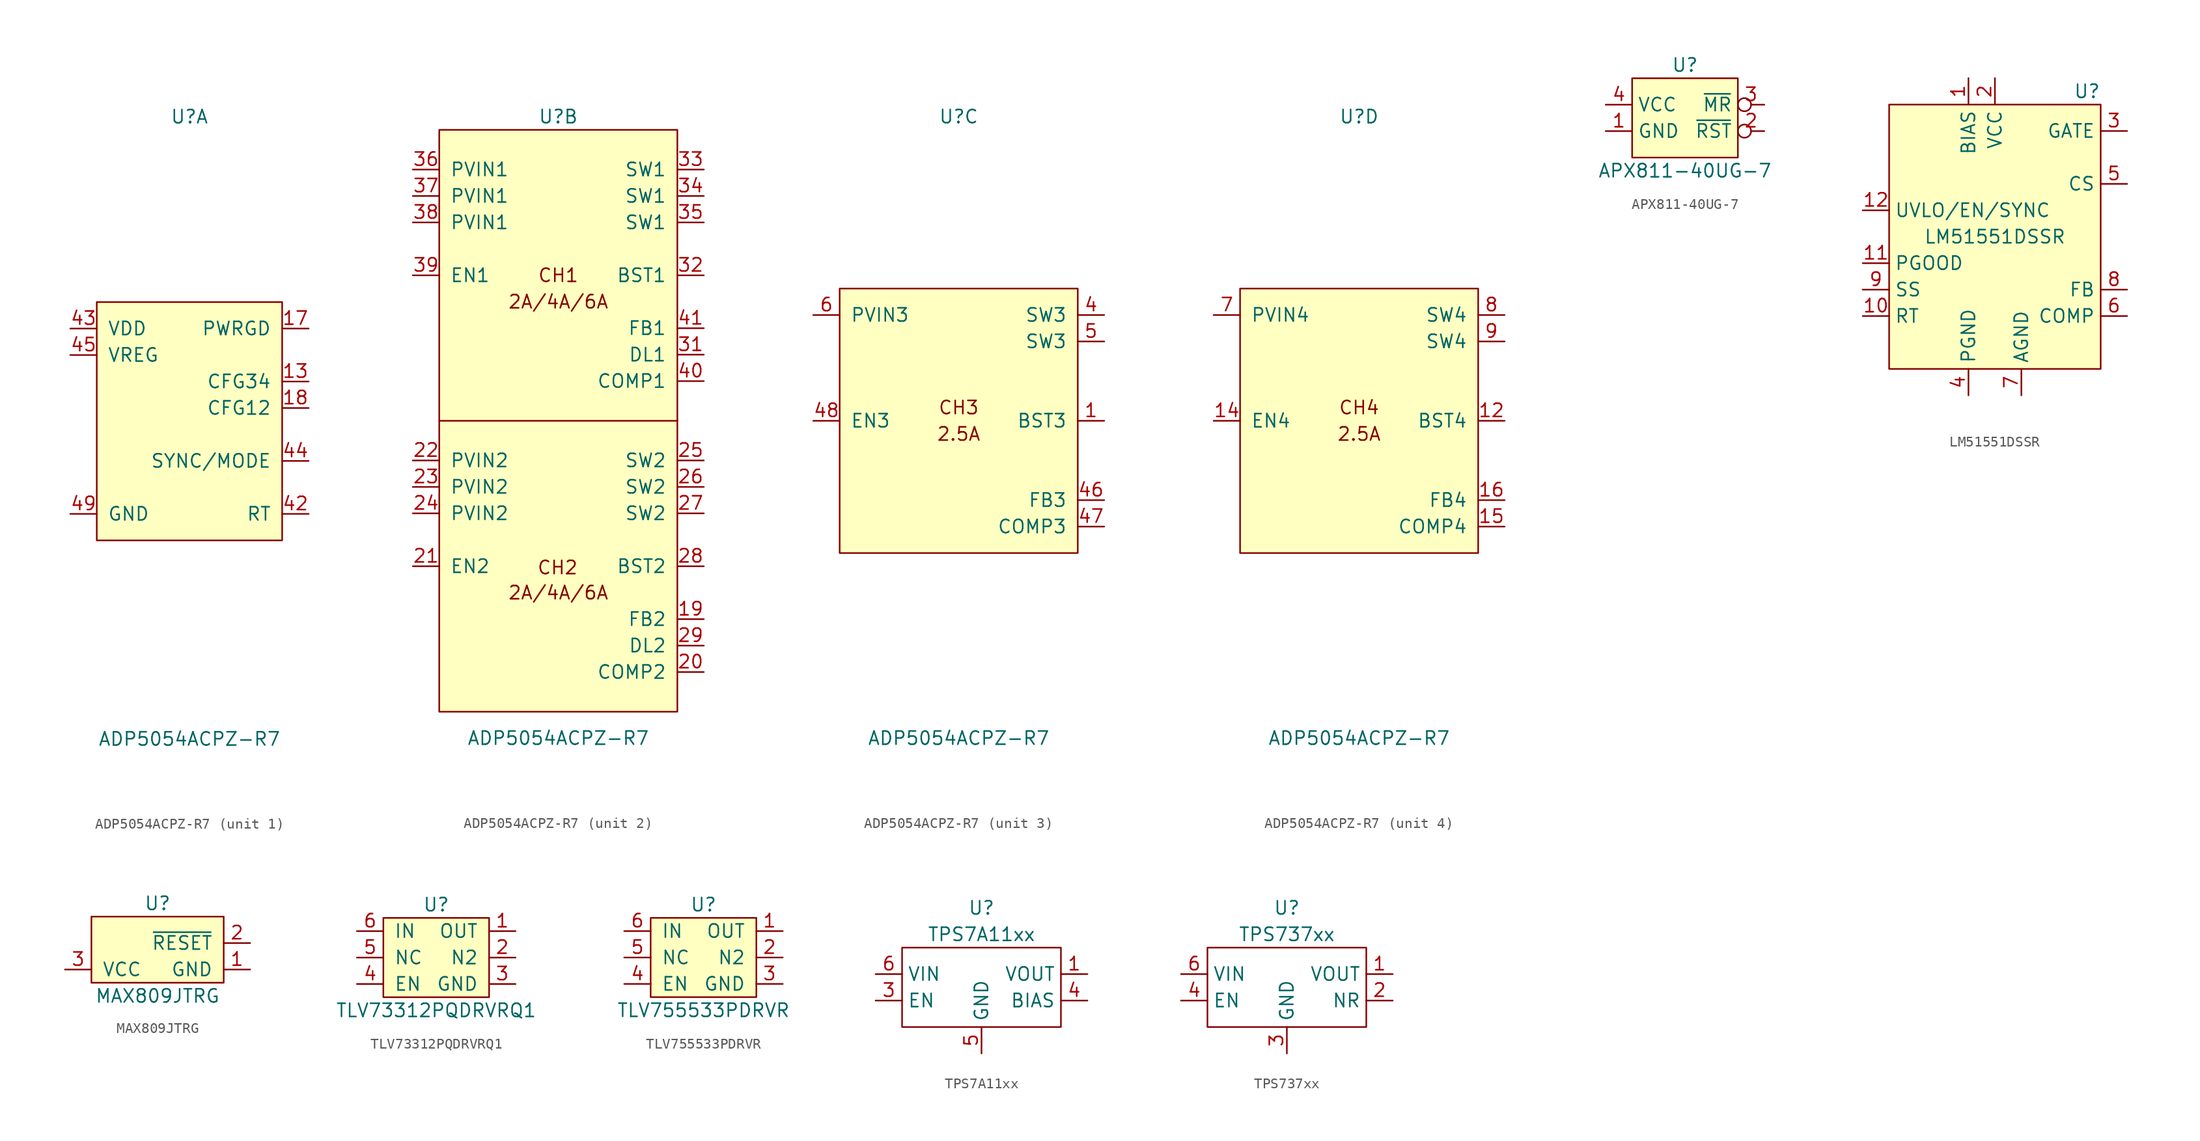
<source format=kicad_sym>
(kicad_symbol_lib
  (version 20220914)
  (generator kicad_symbol_editor)
  (symbol "ADP5054ACPZ-R7"
    (pin_names
      (offset 1.016))
    (property "Reference" "U"
      (at 0 29.21 0)
      (effects (font (size 1.27 1.27))))
    (property "Value" "ADP5054ACPZ-R7"
      (at 0 -30.48 0)
      (effects (font (size 1.27 1.27))))
    (property "ki_locked" ""
      (at 0 0 0)
      (effects (font (size 1.27 1.27))))
    (symbol "ADP5054ACPZ-R7_1_1"
      (rectangle (start -8.89 11.43) (end 8.89 -11.43) (stroke (width 0) (type default)) (fill (type background)))
      (pin passive line (at -11.43 -8.89 0) (length 2.54) hide (name "GND" (effects (font (size 1.27 1.27)))) (number "10" (effects (font (size 1.27 1.27)))))
      (pin passive line (at -11.43 -8.89 0) (length 2.54) hide (name "GND" (effects (font (size 1.27 1.27)))) (number "11" (effects (font (size 1.27 1.27)))))
      (pin passive line (at 11.43 3.81 180) (length 2.54) (name "CFG34" (effects (font (size 1.27 1.27)))) (number "13" (effects (font (size 1.27 1.27)))))
      (pin open_collector line (at 11.43 8.89 180) (length 2.54) (name "PWRGD" (effects (font (size 1.27 1.27)))) (number "17" (effects (font (size 1.27 1.27)))))
      (pin passive line (at 11.43 1.27 180) (length 2.54) (name "CFG12" (effects (font (size 1.27 1.27)))) (number "18" (effects (font (size 1.27 1.27)))))
      (pin passive line (at -11.43 -8.89 0) (length 2.54) hide (name "GND" (effects (font (size 1.27 1.27)))) (number "2" (effects (font (size 1.27 1.27)))))
      (pin passive line (at -11.43 -8.89 0) (length 2.54) hide (name "GND" (effects (font (size 1.27 1.27)))) (number "3" (effects (font (size 1.27 1.27)))))
      (pin passive line (at -11.43 -8.89 0) (length 2.54) hide (name "GND" (effects (font (size 1.27 1.27)))) (number "30" (effects (font (size 1.27 1.27)))))
      (pin input line (at 11.43 -8.89 180) (length 2.54) (name "RT" (effects (font (size 1.27 1.27)))) (number "42" (effects (font (size 1.27 1.27)))))
      (pin power_out line (at -11.43 8.89 0) (length 2.54) (name "VDD" (effects (font (size 1.27 1.27)))) (number "43" (effects (font (size 1.27 1.27)))))
      (pin bidirectional line (at 11.43 -3.81 180) (length 2.54) (name "SYNC/MODE" (effects (font (size 1.27 1.27)))) (number "44" (effects (font (size 1.27 1.27)))))
      (pin power_out line (at -11.43 6.35 0) (length 2.54) (name "VREG" (effects (font (size 1.27 1.27)))) (number "45" (effects (font (size 1.27 1.27)))))
      (pin power_in line (at -11.43 -8.89 0) (length 2.54) (name "GND" (effects (font (size 1.27 1.27)))) (number "49" (effects (font (size 1.27 1.27))))))
    (symbol "ADP5054ACPZ-R7_2_1"
      (rectangle (start -11.43 27.94) (end 11.43 -27.94) (stroke (width 0) (type default)) (fill (type background)))
      (polyline (pts (xy 11.43 0) (xy -11.43 0)) (stroke (width 0) (type default)) (fill (type none)))
      (text "2A/4A/6A" (at 0 -16.51 0) (effects (font (size 1.27 1.27))))
      (text "2A/4A/6A" (at 0 11.43 0) (effects (font (size 1.27 1.27))))
      (text "CH1" (at 0 13.97 0) (effects (font (size 1.27 1.27))))
      (text "CH2" (at -0.067 -14.094 0) (effects (font (size 1.27 1.27))))
      (pin passive line (at 13.97 -19.05 180) (length 2.54) (name "FB2" (effects (font (size 1.27 1.27)))) (number "19" (effects (font (size 1.27 1.27)))))
      (pin passive line (at 13.97 -24.13 180) (length 2.54) (name "COMP2" (effects (font (size 1.27 1.27)))) (number "20" (effects (font (size 1.27 1.27)))))
      (pin input line (at -13.97 -13.97 0) (length 2.54) (name "EN2" (effects (font (size 1.27 1.27)))) (number "21" (effects (font (size 1.27 1.27)))))
      (pin power_in line (at -13.97 -3.81 0) (length 2.54) (name "PVIN2" (effects (font (size 1.27 1.27)))) (number "22" (effects (font (size 1.27 1.27)))))
      (pin power_in line (at -13.97 -6.35 0) (length 2.54) (name "PVIN2" (effects (font (size 1.27 1.27)))) (number "23" (effects (font (size 1.27 1.27)))))
      (pin power_in line (at -13.97 -8.89 0) (length 2.54) (name "PVIN2" (effects (font (size 1.27 1.27)))) (number "24" (effects (font (size 1.27 1.27)))))
      (pin power_out line (at 13.97 -3.81 180) (length 2.54) (name "SW2" (effects (font (size 1.27 1.27)))) (number "25" (effects (font (size 1.27 1.27)))))
      (pin power_out line (at 13.97 -6.35 180) (length 2.54) (name "SW2" (effects (font (size 1.27 1.27)))) (number "26" (effects (font (size 1.27 1.27)))))
      (pin power_out line (at 13.97 -8.89 180) (length 2.54) (name "SW2" (effects (font (size 1.27 1.27)))) (number "27" (effects (font (size 1.27 1.27)))))
      (pin power_out line (at 13.97 -13.97 180) (length 2.54) (name "BST2" (effects (font (size 1.27 1.27)))) (number "28" (effects (font (size 1.27 1.27)))))
      (pin output line (at 13.97 -21.59 180) (length 2.54) (name "DL2" (effects (font (size 1.27 1.27)))) (number "29" (effects (font (size 1.27 1.27)))))
      (pin output line (at 13.97 6.35 180) (length 2.54) (name "DL1" (effects (font (size 1.27 1.27)))) (number "31" (effects (font (size 1.27 1.27)))))
      (pin power_out line (at 13.97 13.97 180) (length 2.54) (name "BST1" (effects (font (size 1.27 1.27)))) (number "32" (effects (font (size 1.27 1.27)))))
      (pin power_out line (at 13.97 24.13 180) (length 2.54) (name "SW1" (effects (font (size 1.27 1.27)))) (number "33" (effects (font (size 1.27 1.27)))))
      (pin power_out line (at 13.97 21.59 180) (length 2.54) (name "SW1" (effects (font (size 1.27 1.27)))) (number "34" (effects (font (size 1.27 1.27)))))
      (pin power_out line (at 13.97 19.05 180) (length 2.54) (name "SW1" (effects (font (size 1.27 1.27)))) (number "35" (effects (font (size 1.27 1.27)))))
      (pin power_in line (at -13.97 24.13 0) (length 2.54) (name "PVIN1" (effects (font (size 1.27 1.27)))) (number "36" (effects (font (size 1.27 1.27)))))
      (pin power_in line (at -13.97 21.59 0) (length 2.54) (name "PVIN1" (effects (font (size 1.27 1.27)))) (number "37" (effects (font (size 1.27 1.27)))))
      (pin power_in line (at -13.97 19.05 0) (length 2.54) (name "PVIN1" (effects (font (size 1.27 1.27)))) (number "38" (effects (font (size 1.27 1.27)))))
      (pin input line (at -13.97 13.97 0) (length 2.54) (name "EN1" (effects (font (size 1.27 1.27)))) (number "39" (effects (font (size 1.27 1.27)))))
      (pin passive line (at 13.97 3.81 180) (length 2.54) (name "COMP1" (effects (font (size 1.27 1.27)))) (number "40" (effects (font (size 1.27 1.27)))))
      (pin passive line (at 13.97 8.89 180) (length 2.54) (name "FB1" (effects (font (size 1.27 1.27)))) (number "41" (effects (font (size 1.27 1.27))))))
    (symbol "ADP5054ACPZ-R7_3_1"
      (rectangle (start -11.43 12.7) (end 11.43 -12.7) (stroke (width 0) (type default)) (fill (type background)))
      (text "2.5A" (at 0 -1.27 0) (effects (font (size 1.27 1.27))))
      (text "CH3" (at 0 1.27 0) (effects (font (size 1.27 1.27))))
      (pin power_out line (at 13.97 0 180) (length 2.54) (name "BST3" (effects (font (size 1.27 1.27)))) (number "1" (effects (font (size 1.27 1.27)))))
      (pin power_out line (at 13.97 10.16 180) (length 2.54) (name "SW3" (effects (font (size 1.27 1.27)))) (number "4" (effects (font (size 1.27 1.27)))))
      (pin passive line (at 13.97 -7.62 180) (length 2.54) (name "FB3" (effects (font (size 1.27 1.27)))) (number "46" (effects (font (size 1.27 1.27)))))
      (pin passive line (at 13.97 -10.16 180) (length 2.54) (name "COMP3" (effects (font (size 1.27 1.27)))) (number "47" (effects (font (size 1.27 1.27)))))
      (pin input line (at -13.97 0 0) (length 2.54) (name "EN3" (effects (font (size 1.27 1.27)))) (number "48" (effects (font (size 1.27 1.27)))))
      (pin power_out line (at 13.97 7.62 180) (length 2.54) (name "SW3" (effects (font (size 1.27 1.27)))) (number "5" (effects (font (size 1.27 1.27)))))
      (pin power_in line (at -13.97 10.16 0) (length 2.54) (name "PVIN3" (effects (font (size 1.27 1.27)))) (number "6" (effects (font (size 1.27 1.27))))))
    (symbol "ADP5054ACPZ-R7_4_1"
      (rectangle (start -11.43 12.7) (end 11.43 -12.7) (stroke (width 0) (type default)) (fill (type background)))
      (text "2.5A" (at 0 -1.27 0) (effects (font (size 1.27 1.27))))
      (text "CH4" (at 0 1.27 0) (effects (font (size 1.27 1.27))))
      (pin power_out line (at 13.97 0 180) (length 2.54) (name "BST4" (effects (font (size 1.27 1.27)))) (number "12" (effects (font (size 1.27 1.27)))))
      (pin input line (at -13.97 0 0) (length 2.54) (name "EN4" (effects (font (size 1.27 1.27)))) (number "14" (effects (font (size 1.27 1.27)))))
      (pin passive line (at 13.97 -10.16 180) (length 2.54) (name "COMP4" (effects (font (size 1.27 1.27)))) (number "15" (effects (font (size 1.27 1.27)))))
      (pin passive line (at 13.97 -7.62 180) (length 2.54) (name "FB4" (effects (font (size 1.27 1.27)))) (number "16" (effects (font (size 1.27 1.27)))))
      (pin power_in line (at -13.97 10.16 0) (length 2.54) (name "PVIN4" (effects (font (size 1.27 1.27)))) (number "7" (effects (font (size 1.27 1.27)))))
      (pin power_out line (at 13.97 10.16 180) (length 2.54) (name "SW4" (effects (font (size 1.27 1.27)))) (number "8" (effects (font (size 1.27 1.27)))))
      (pin power_out line (at 13.97 7.62 180) (length 2.54) (name "SW4" (effects (font (size 1.27 1.27)))) (number "9" (effects (font (size 1.27 1.27)))))))
  (symbol "APX811-40UG-7"
    (property "Reference" "U"
      (at 0 5.08 0)
      (effects (font (size 1.27 1.27))))
    (property "Value" "APX811-40UG-7"
      (at 0 -5.08 0)
      (effects (font (size 1.27 1.27))))
    (symbol "APX811-40UG-7_0_1"
      (rectangle (start -5.08 3.81) (end 5.08 -3.81) (stroke (width 0.152) (type default)) (fill (type background))))
    (symbol "APX811-40UG-7_1_1"
      (pin passive line (at -7.62 -1.27 0) (length 2.54) (name "GND" (effects (font (size 1.27 1.27)))) (number "1" (effects (font (size 1.27 1.27)))))
      (pin output inverted (at 7.62 -1.27 180) (length 2.54) (name "~{RST}" (effects (font (size 1.27 1.27)))) (number "2" (effects (font (size 1.27 1.27)))))
      (pin passive inverted (at 7.62 1.27 180) (length 2.54) (name "~{MR}" (effects (font (size 1.27 1.27)))) (number "3" (effects (font (size 1.27 1.27)))))
      (pin power_in line (at -7.62 1.27 0) (length 2.54) (name "VCC" (effects (font (size 1.27 1.27)))) (number "4" (effects (font (size 1.27 1.27)))))))
  (symbol "LM51551DSSR"
    (property "Reference" "U"
      (at 10.16 13.97 0)
      (effects (font (size 1.27 1.27)) (justify right)))
    (property "Value" "LM51551DSSR"
      (at 0 0 0)
      (effects (font (size 1.27 1.27))))
    (symbol "LM51551DSSR_1_1"
      (rectangle (start -10.16 12.7) (end 10.16 -12.7) (stroke (width 0) (type default)) (fill (type background)))
      (pin power_in line (at -2.54 15.24 270) (length 2.54) (name "BIAS" (effects (font (size 1.27 1.27)))) (number "1" (effects (font (size 1.27 1.27)))))
      (pin input line (at -12.7 -7.62 0) (length 2.54) (name "RT" (effects (font (size 1.27 1.27)))) (number "10" (effects (font (size 1.27 1.27)))))
      (pin open_collector line (at -12.7 -2.54 0) (length 2.54) (name "PGOOD" (effects (font (size 1.27 1.27)))) (number "11" (effects (font (size 1.27 1.27)))))
      (pin input line (at -12.7 2.54 0) (length 2.54) (name "UVLO/EN/SYNC" (effects (font (size 1.27 1.27)))) (number "12" (effects (font (size 1.27 1.27)))))
      (pin passive line (at 2.54 -15.24 90) (length 2.54) hide (name "AGND" (effects (font (size 1.27 1.27)))) (number "13" (effects (font (size 1.27 1.27)))))
      (pin power_out line (at 0 15.24 270) (length 2.54) (name "VCC" (effects (font (size 1.27 1.27)))) (number "2" (effects (font (size 1.27 1.27)))))
      (pin output line (at 12.7 10.16 180) (length 2.54) (name "GATE" (effects (font (size 1.27 1.27)))) (number "3" (effects (font (size 1.27 1.27)))))
      (pin power_in line (at -2.54 -15.24 90) (length 2.54) (name "PGND" (effects (font (size 1.27 1.27)))) (number "4" (effects (font (size 1.27 1.27)))))
      (pin input line (at 12.7 5.08 180) (length 2.54) (name "CS" (effects (font (size 1.27 1.27)))) (number "5" (effects (font (size 1.27 1.27)))))
      (pin passive line (at 12.7 -7.62 180) (length 2.54) (name "COMP" (effects (font (size 1.27 1.27)))) (number "6" (effects (font (size 1.27 1.27)))))
      (pin power_in line (at 2.54 -15.24 90) (length 2.54) (name "AGND" (effects (font (size 1.27 1.27)))) (number "7" (effects (font (size 1.27 1.27)))))
      (pin input line (at 12.7 -5.08 180) (length 2.54) (name "FB" (effects (font (size 1.27 1.27)))) (number "8" (effects (font (size 1.27 1.27)))))
      (pin input line (at -12.7 -5.08 0) (length 2.54) (name "SS" (effects (font (size 1.27 1.27)))) (number "9" (effects (font (size 1.27 1.27)))))))
  (symbol "MAX809JTRG"
    (pin_names
      (offset 1.016))
    (property "Reference" "U"
      (at 0 2.54 0)
      (effects (font (size 1.27 1.27))))
    (property "Value" "MAX809JTRG"
      (at 0 -6.35 0)
      (effects (font (size 1.27 1.27))))
    (symbol "MAX809JTRG_0_1"
      (rectangle (start -6.35 1.27) (end 6.35 -5.08) (stroke (width 0) (type default)) (fill (type background))))
    (symbol "MAX809JTRG_1_1"
      (pin passive line (at 8.89 -3.81 180) (length 2.54) (name "GND" (effects (font (size 1.27 1.27)))) (number "1" (effects (font (size 1.27 1.27)))))
      (pin passive line (at 8.89 -1.27 180) (length 2.54) (name "~{RESET}" (effects (font (size 1.27 1.27)))) (number "2" (effects (font (size 1.27 1.27)))))
      (pin input line (at -8.89 -3.81 0) (length 2.54) (name "VCC" (effects (font (size 1.27 1.27)))) (number "3" (effects (font (size 1.27 1.27)))))))
  (symbol "TLV73312PQDRVRQ1"
    (pin_names
      (offset 1.016))
    (property "Reference" "U"
      (at 0 5.08 0)
      (effects (font (size 1.27 1.27))))
    (property "Value" "TLV73312PQDRVRQ1"
      (at 0 -5.08 0)
      (effects (font (size 1.27 1.27))))
    (symbol "TLV73312PQDRVRQ1_0_1"
      (rectangle (start -5.08 3.81) (end 5.08 -3.81) (stroke (width 0) (type default)) (fill (type background))))
    (symbol "TLV73312PQDRVRQ1_1_1"
      (pin power_out line (at 7.62 2.54 180) (length 2.54) (name "OUT" (effects (font (size 1.27 1.27)))) (number "1" (effects (font (size 1.27 1.27)))))
      (pin passive line (at 7.62 0 180) (length 2.54) (name "N2" (effects (font (size 1.27 1.27)))) (number "2" (effects (font (size 1.27 1.27)))))
      (pin passive line (at 7.62 -2.54 180) (length 2.54) (name "GND" (effects (font (size 1.27 1.27)))) (number "3" (effects (font (size 1.27 1.27)))))
      (pin input line (at -7.62 -2.54 0) (length 2.54) (name "EN" (effects (font (size 1.27 1.27)))) (number "4" (effects (font (size 1.27 1.27)))))
      (pin power_in line (at -7.62 0 0) (length 2.54) (name "NC" (effects (font (size 1.27 1.27)))) (number "5" (effects (font (size 1.27 1.27)))))
      (pin power_in line (at -7.62 2.54 0) (length 2.54) (name "IN" (effects (font (size 1.27 1.27)))) (number "6" (effects (font (size 1.27 1.27)))))
      (pin passive line (at 7.62 -2.54 180) (length 2.54) hide (name "GND" (effects (font (size 1.27 1.27)))) (number "7" (effects (font (size 1.27 1.27)))))))
  (symbol "TLV755533PDRVR"
    (pin_names
      (offset 1.016))
    (property "Reference" "U"
      (at 0 5.08 0)
      (effects (font (size 1.27 1.27))))
    (property "Value" "TLV755533PDRVR"
      (at 0 -5.08 0)
      (effects (font (size 1.27 1.27))))
    (symbol "TLV755533PDRVR_0_1"
      (rectangle (start -5.08 3.81) (end 5.08 -3.81) (stroke (width 0) (type default)) (fill (type background))))
    (symbol "TLV755533PDRVR_1_1"
      (pin power_out line (at 7.62 2.54 180) (length 2.54) (name "OUT" (effects (font (size 1.27 1.27)))) (number "1" (effects (font (size 1.27 1.27)))))
      (pin passive line (at 7.62 0 180) (length 2.54) (name "N2" (effects (font (size 1.27 1.27)))) (number "2" (effects (font (size 1.27 1.27)))))
      (pin passive line (at 7.62 -2.54 180) (length 2.54) (name "GND" (effects (font (size 1.27 1.27)))) (number "3" (effects (font (size 1.27 1.27)))))
      (pin input line (at -7.62 -2.54 0) (length 2.54) (name "EN" (effects (font (size 1.27 1.27)))) (number "4" (effects (font (size 1.27 1.27)))))
      (pin power_in line (at -7.62 0 0) (length 2.54) (name "NC" (effects (font (size 1.27 1.27)))) (number "5" (effects (font (size 1.27 1.27)))))
      (pin power_in line (at -7.62 2.54 0) (length 2.54) (name "IN" (effects (font (size 1.27 1.27)))) (number "6" (effects (font (size 1.27 1.27)))))
      (pin passive line (at 7.62 -2.54 180) (length 2.54) hide (name "GND" (effects (font (size 1.27 1.27)))) (number "7" (effects (font (size 1.27 1.27)))))))
  (symbol "TPS7A11xx"
    (property "Reference" "U"
      (at 0 7.62 0)
      (effects (font (size 1.27 1.27))))
    (property "Value" "TPS7A11xx"
      (at 0 5.08 0)
      (effects (font (size 1.27 1.27))))
    (symbol "TPS7A11xx_0_1"
      (rectangle (start -7.62 3.81) (end 7.62 -3.81) (stroke (width 0.152) (type default)) (fill (type none))))
    (symbol "TPS7A11xx_1_1"
      (pin power_out line (at 10.16 1.27 180) (length 2.54) (name "VOUT" (effects (font (size 1.27 1.27)))) (number "1" (effects (font (size 1.27 1.27)))))
      (pin passive line (at 10.16 1.27 180) (length 2.54) hide (name "NC" (effects (font (size 1.27 1.27)))) (number "2" (effects (font (size 1.27 1.27)))))
      (pin input line (at -10.16 -1.27 0) (length 2.54) (name "EN" (effects (font (size 1.27 1.27)))) (number "3" (effects (font (size 1.27 1.27)))))
      (pin passive line (at 10.16 -1.27 180) (length 2.54) (name "BIAS" (effects (font (size 1.27 1.27)))) (number "4" (effects (font (size 1.27 1.27)))))
      (pin passive line (at 0 -6.35 90) (length 2.54) (name "GND" (effects (font (size 1.27 1.27)))) (number "5" (effects (font (size 1.27 1.27)))))
      (pin power_in line (at -10.16 1.27 0) (length 2.54) (name "VIN" (effects (font (size 1.27 1.27)))) (number "6" (effects (font (size 1.27 1.27)))))
      (pin passive line (at 0 -6.35 90) (length 2.54) hide (name "GND" (effects (font (size 1.27 1.27)))) (number "7" (effects (font (size 1.27 1.27)))))))
  (symbol "TPS737xx"
    (property "Reference" "U"
      (at 0 7.62 0)
      (effects (font (size 1.27 1.27))))
    (property "Value" "TPS737xx"
      (at 0 5.08 0)
      (effects (font (size 1.27 1.27))))
    (symbol "TPS737xx_0_1"
      (rectangle (start -7.62 3.81) (end 7.62 -3.81) (stroke (width 0.152) (type default)) (fill (type none))))
    (symbol "TPS737xx_1_1"
      (pin power_out line (at 10.16 1.27 180) (length 2.54) (name "VOUT" (effects (font (size 1.27 1.27)))) (number "1" (effects (font (size 1.27 1.27)))))
      (pin passive line (at 10.16 -1.27 180) (length 2.54) (name "NR" (effects (font (size 1.27 1.27)))) (number "2" (effects (font (size 1.27 1.27)))))
      (pin passive line (at 0 -6.35 90) (length 2.54) (name "GND" (effects (font (size 1.27 1.27)))) (number "3" (effects (font (size 1.27 1.27)))))
      (pin input line (at -10.16 -1.27 0) (length 2.54) (name "EN" (effects (font (size 1.27 1.27)))) (number "4" (effects (font (size 1.27 1.27)))))
      (pin passive line (at -10.16 1.27 0) (length 2.54) hide (name "NC" (effects (font (size 1.27 1.27)))) (number "5" (effects (font (size 1.27 1.27)))))
      (pin power_in line (at -10.16 1.27 0) (length 2.54) (name "VIN" (effects (font (size 1.27 1.27)))) (number "6" (effects (font (size 1.27 1.27)))))
      (pin passive line (at 0 -6.35 90) (length 2.54) hide (name "GND" (effects (font (size 1.27 1.27)))) (number "7" (effects (font (size 1.27 1.27))))))))
</source>
